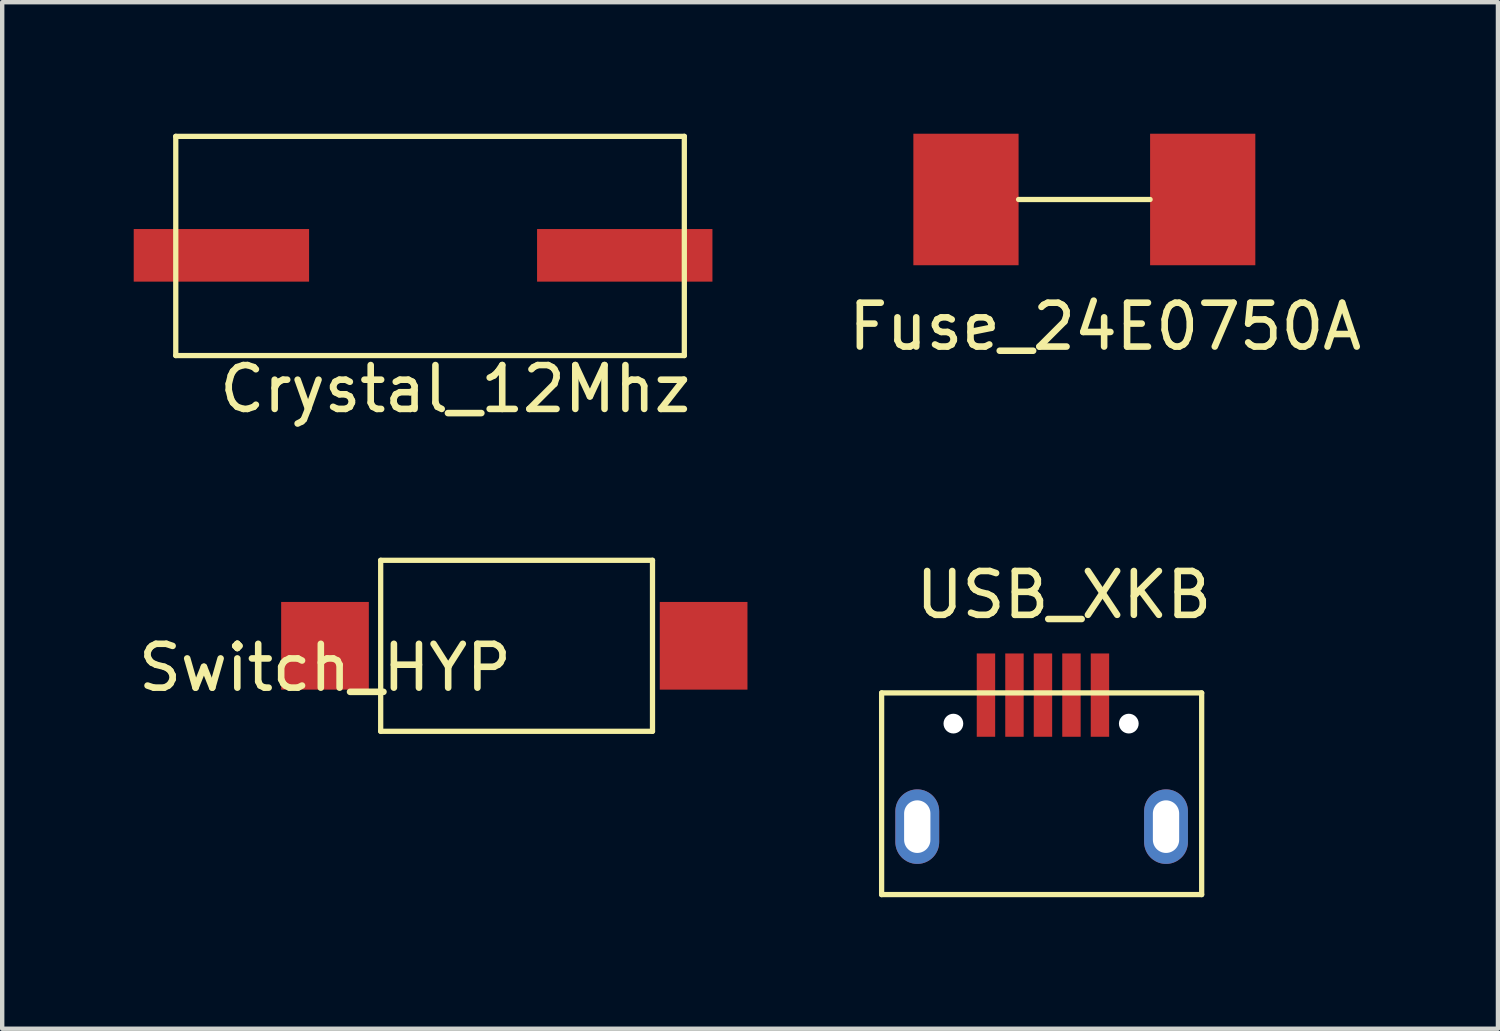
<source format=kicad_pcb>
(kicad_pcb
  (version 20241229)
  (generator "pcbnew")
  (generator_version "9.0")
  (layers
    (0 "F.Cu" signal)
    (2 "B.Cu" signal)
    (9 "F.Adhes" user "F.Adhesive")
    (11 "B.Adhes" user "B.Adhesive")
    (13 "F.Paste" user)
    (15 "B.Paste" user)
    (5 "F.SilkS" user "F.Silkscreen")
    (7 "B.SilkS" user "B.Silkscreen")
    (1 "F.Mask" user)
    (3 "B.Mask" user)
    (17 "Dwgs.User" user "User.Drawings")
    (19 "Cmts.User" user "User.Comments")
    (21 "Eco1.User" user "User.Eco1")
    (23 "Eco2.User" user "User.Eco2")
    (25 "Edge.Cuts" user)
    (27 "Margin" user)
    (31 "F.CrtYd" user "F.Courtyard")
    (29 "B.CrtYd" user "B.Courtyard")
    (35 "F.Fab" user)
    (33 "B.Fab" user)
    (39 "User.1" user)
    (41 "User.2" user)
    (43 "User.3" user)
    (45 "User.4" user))
  (footprint "Fuse_24E0750A"
    (layer "F.Cu")
    (at 21.483 1.5)
    (property "Reference" "Fuse_24E0750A" (at 0.675 2.9 0) (layer "F.SilkS") (effects (font (size 1 1) (thickness 0.15))))
    (attr through_hole)
    (fp_line (start -1.3 0) (end 1.7 0) (stroke (width 0.12) (type solid)) (layer "F.SilkS"))
    (pad "1" smd rect (at -2.5 0) (size 2.4 3) (layers "F.Cu" "F.Mask" "F.Paste"))
    (pad "2" smd rect (at 2.9 0) (size 2.4 3) (layers "F.Cu" "F.Mask" "F.Paste")))
  (footprint "USB_XKB"
    (layer "F.Cu")
    (at 20.709 12.805)
    (property "Reference" "USB_XKB" (at 0.508 -2.286 0) (layer "F.SilkS") (effects (font (size 1 1) (thickness 0.15))))
    (attr through_hole)
    (fp_line (start -3.65 -0.05) (end -3.65 4.55) (stroke (width 0.12) (type solid)) (layer "F.SilkS"))
    (fp_line (start -3.65 -0.05) (end 3.65 -0.05) (stroke (width 0.12) (type solid)) (layer "F.SilkS"))
    (fp_line (start -3.65 4.55) (end 3.65 4.55) (stroke (width 0.12) (type solid)) (layer "F.SilkS"))
    (fp_line (start 3.65 -0.05) (end 3.65 4.55) (stroke (width 0.12) (type solid)) (layer "F.SilkS"))
    (pad "" np_thru_hole circle (at -2.013 0.65) (size 0.45 0.45) (drill 0.45) (layers "*.Cu" "*.Mask"))
    (pad "" np_thru_hole circle (at 1.988 0.65) (size 0.45 0.45) (drill 0.45) (layers "*.Cu" "*.Mask"))
    (pad "1" smd rect (at -1.27 0) (size 0.42 1.9) (layers "F.Cu" "F.Mask" "F.Paste"))
    (pad "2" smd rect (at -0.62 0) (size 0.42 1.9) (layers "F.Cu" "F.Mask" "F.Paste"))
    (pad "3" smd rect (at 0.03 0) (size 0.42 1.9) (layers "F.Cu" "F.Mask" "F.Paste"))
    (pad "4" smd rect (at 0.68 0) (size 0.42 1.9) (layers "F.Cu" "F.Mask" "F.Paste"))
    (pad "5" smd rect (at 1.33 0) (size 0.42 1.9) (layers "F.Cu" "F.Mask" "F.Paste"))
    (pad "6" thru_hole oval (at -2.837 3) (size 1 1.7) (drill oval 0.6 1.2) (layers "*.Cu" "*.Mask"))
    (pad "6" thru_hole oval (at 2.837 3) (size 1 1.7) (drill oval 0.6 1.2) (layers "*.Cu" "*.Mask")))
  (footprint "Crystal_12Mhz"
    (layer "F.Cu")
    (at 2 2.774)
    (property "Reference" "Crystal_12Mhz" (at 5.334 3.048 0) (layer "F.SilkS") (effects (font (size 1 1) (thickness 0.15))))
    (attr through_hole)
    (fp_line (start -1.041 -2.714) (end -1.041 2.286) (stroke (width 0.12) (type solid)) (layer "F.SilkS"))
    (fp_line (start -1.041 -2.714) (end 10.559 -2.714) (stroke (width 0.12) (type solid)) (layer "F.SilkS"))
    (fp_line (start 10.559 -2.714) (end 10.559 2.286) (stroke (width 0.12) (type solid)) (layer "F.SilkS"))
    (fp_line (start 10.559 2.286) (end -1.041 2.286) (stroke (width 0.12) (type solid)) (layer "F.SilkS"))
    (pad "1" smd rect (at 0 0) (size 4 1.2) (layers "F.Cu" "F.Mask" "F.Paste"))
    (pad "2" smd rect (at 9.2 0) (size 4 1.2) (layers "F.Cu" "F.Mask" "F.Paste")))
  (footprint "Switch_HYP"
    (layer "F.Cu")
    (at 8.681 11.68)
    (property "Reference" "Switch_HYP" (at -4.318 0.5 0) (layer "F.SilkS") (effects (font (size 1 1) (thickness 0.15))))
    (attr through_hole)
    (fp_line (start -3.048 -1.95) (end -3.048 1.95) (stroke (width 0.12) (type solid)) (layer "F.SilkS"))
    (fp_line (start -3.048 -1.95) (end 3.152 -1.95) (stroke (width 0.12) (type solid)) (layer "F.SilkS"))
    (fp_line (start -3.048 1.95) (end 3.152 1.95) (stroke (width 0.12) (type solid)) (layer "F.SilkS"))
    (fp_line (start 3.152 -1.95) (end 3.152 1.95) (stroke (width 0.12) (type solid)) (layer "F.SilkS"))
    (pad "1" smd rect (at -4.318 0) (size 2 2) (layers "F.Cu" "F.Mask" "F.Paste"))
    (pad "2" smd rect (at 4.318 0) (size 2 2) (layers "F.Cu" "F.Mask" "F.Paste")))
  (gr_rect
    (start -3 -3)
    (end 31.117 20.415)
    (stroke (width 0.1) (type default))
    (fill no)
    (layer "Edge.Cuts")))
</source>
